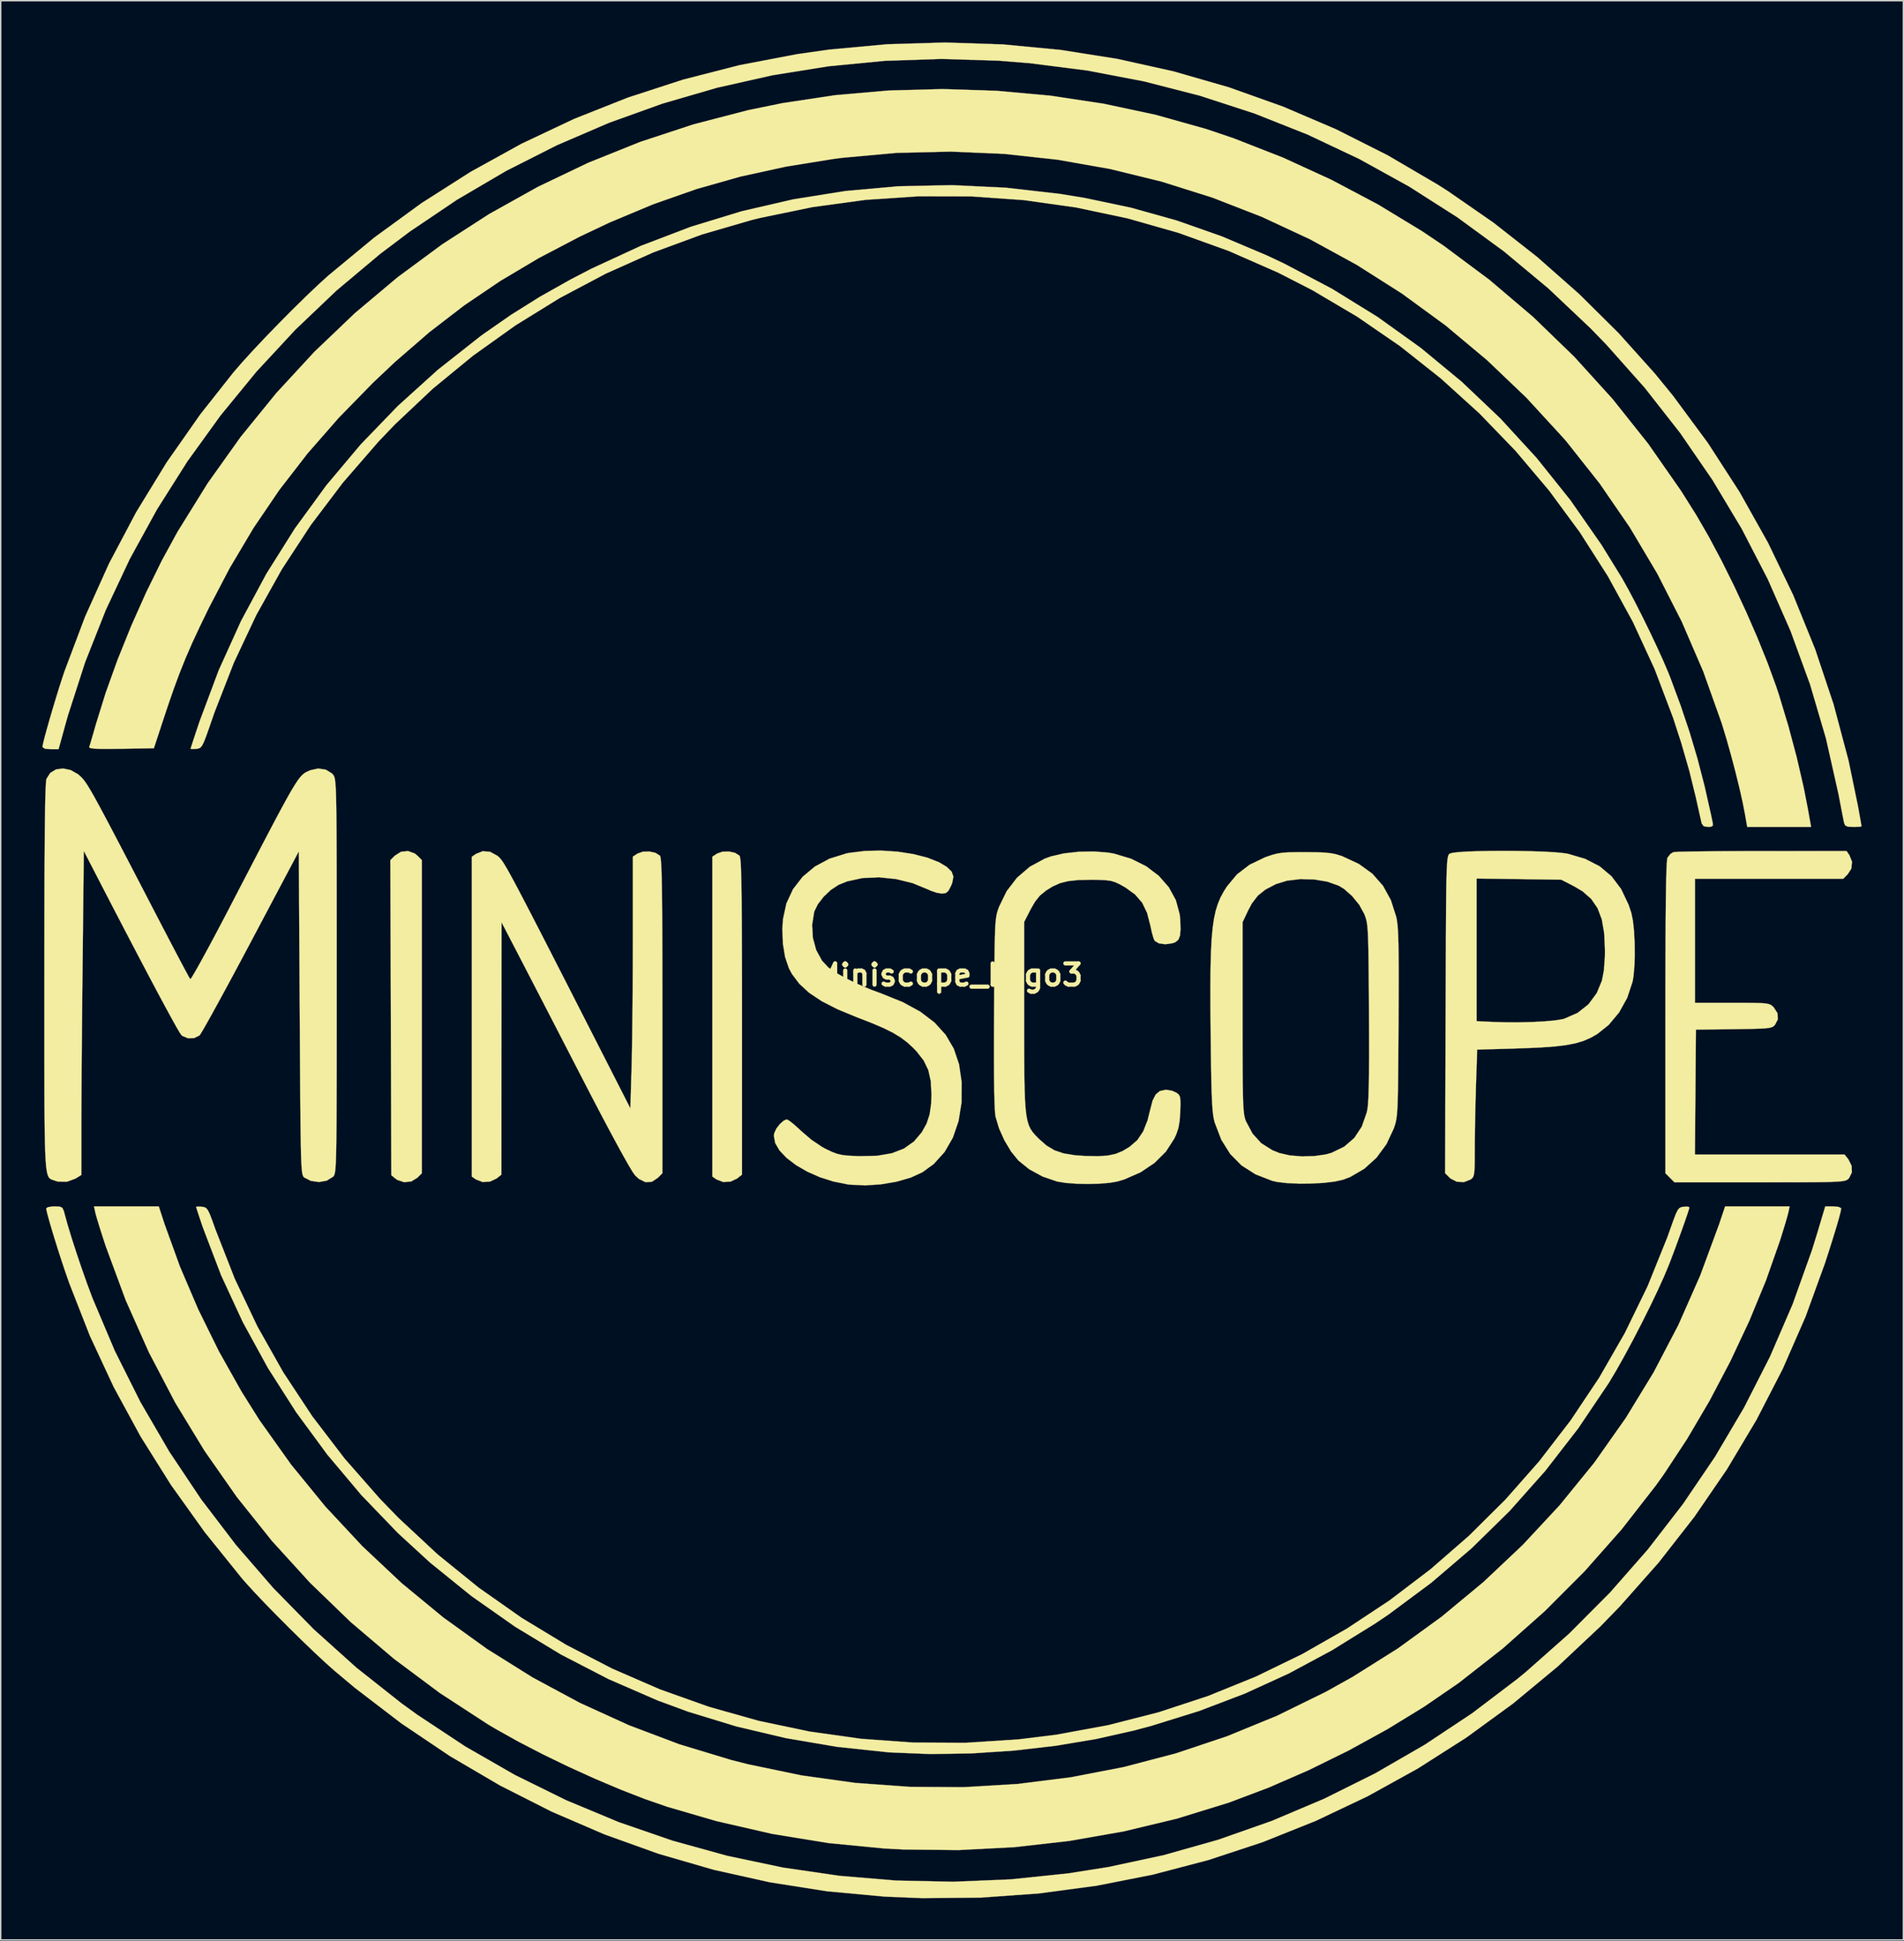
<source format=kicad_pcb>
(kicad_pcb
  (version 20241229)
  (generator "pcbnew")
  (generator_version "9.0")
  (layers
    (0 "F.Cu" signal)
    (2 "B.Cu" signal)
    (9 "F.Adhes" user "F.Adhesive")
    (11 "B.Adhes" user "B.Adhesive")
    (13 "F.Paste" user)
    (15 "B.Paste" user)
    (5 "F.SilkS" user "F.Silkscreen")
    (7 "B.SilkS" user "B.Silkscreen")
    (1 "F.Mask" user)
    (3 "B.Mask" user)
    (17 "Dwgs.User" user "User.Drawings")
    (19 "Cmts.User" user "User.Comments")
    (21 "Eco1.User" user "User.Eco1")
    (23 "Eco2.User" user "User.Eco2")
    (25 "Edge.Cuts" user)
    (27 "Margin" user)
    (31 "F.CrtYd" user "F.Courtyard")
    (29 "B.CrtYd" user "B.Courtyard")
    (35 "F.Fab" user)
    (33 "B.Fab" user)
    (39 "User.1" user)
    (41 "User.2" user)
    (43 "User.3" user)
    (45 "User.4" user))
  (footprint "Miniscope_Logo3"
    (layer "F.Cu")
    (at 65.167 67.003)
    (property "Reference" "Miniscope_Logo3" (at 0 0 0) (layer "F.SilkS") (effects (font (size 1.524 1.524) (thickness 0.3))))
    (attr through_hole)
    (fp_poly (pts (xy -38.408 -8.731) (xy -38.227 -8.584) (xy -37.901 -8.257) (xy -37.901 14.241) (xy -38.227 14.568) (xy -38.663 14.832) (xy -39.172 14.885) (xy -39.661 14.724) (xy -39.781 14.64) (xy -40.095 14.386) (xy -40.166 -8.253) (xy -39.837 -8.581) (xy -39.392 -8.858) (xy -38.888 -8.908) (xy -38.408 -8.731)) (stroke (width 0.01) (type solid)) (fill yes) (layer "F.SilkS"))
    (fp_poly (pts (xy -15.395 -8.78) (xy -15.085 -8.586) (xy -15.065 -8.561) (xy -15.034 -8.47) (xy -15.006 -8.277) (xy -14.982 -7.968) (xy -14.962 -7.529) (xy -14.945 -6.944) (xy -14.93 -6.2) (xy -14.919 -5.281) (xy -14.91 -4.173) (xy -14.903 -2.862) (xy -14.898 -1.332) (xy -14.895 0.431) (xy -14.894 2.441) (xy -14.894 3.008) (xy -14.894 14.343) (xy -15.245 14.619) (xy -15.721 14.845) (xy -16.249 14.871) (xy -16.724 14.689) (xy -16.726 14.687) (xy -17.022 14.48) (xy -17.022 -8.505) (xy -16.687 -8.725) (xy -16.304 -8.861) (xy -15.837 -8.876) (xy -15.395 -8.78)) (stroke (width 0.01) (type solid)) (fill yes) (layer "F.SilkS"))
    (fp_poly (pts (xy 64.689 -8.614) (xy 64.88 -8.133) (xy 64.826 -7.639) (xy 64.57 -7.242) (xy 64.244 -6.915) (xy 53.593 -6.915) (xy 53.593 1.995) (xy 56.258 1.995) (xy 57.163 1.996) (xy 57.841 2.001) (xy 58.33 2.014) (xy 58.668 2.041) (xy 58.894 2.084) (xy 59.048 2.149) (xy 59.166 2.239) (xy 59.251 2.321) (xy 59.523 2.745) (xy 59.543 3.192) (xy 59.344 3.576) (xy 59.253 3.67) (xy 59.132 3.742) (xy 58.946 3.794) (xy 58.657 3.83) (xy 58.228 3.854) (xy 57.623 3.871) (xy 56.805 3.884) (xy 56.385 3.89) (xy 53.659 3.923) (xy 53.589 12.899) (xy 64.345 12.899) (xy 64.621 13.25) (xy 64.85 13.711) (xy 64.865 14.186) (xy 64.664 14.593) (xy 64.63 14.628) (xy 64.56 14.691) (xy 64.47 14.742) (xy 64.335 14.785) (xy 64.134 14.818) (xy 63.841 14.844) (xy 63.433 14.863) (xy 62.887 14.877) (xy 62.179 14.886) (xy 61.285 14.891) (xy 60.182 14.893) (xy 58.846 14.894) (xy 58.241 14.894) (xy 52.118 14.894) (xy 51.465 14.241) (xy 51.465 3.071) (xy 51.466 0.875) (xy 51.47 -1.064) (xy 51.476 -2.755) (xy 51.486 -4.207) (xy 51.498 -5.429) (xy 51.513 -6.429) (xy 51.531 -7.218) (xy 51.552 -7.804) (xy 51.577 -8.195) (xy 51.606 -8.401) (xy 51.614 -8.427) (xy 51.828 -8.703) (xy 52.046 -8.83) (xy 52.234 -8.846) (xy 52.66 -8.861) (xy 53.296 -8.874) (xy 54.114 -8.886) (xy 55.086 -8.895) (xy 56.184 -8.902) (xy 57.38 -8.907) (xy 58.406 -8.908) (xy 64.482 -8.91) (xy 64.689 -8.614)) (stroke (width 0.01) (type solid)) (fill yes) (layer "F.SilkS"))
    (fp_poly (pts (xy -32.987 -8.85) (xy -32.464 -8.563) (xy -32.401 -8.51) (xy -32.325 -8.439) (xy -32.244 -8.349) (xy -32.15 -8.227) (xy -32.037 -8.061) (xy -31.899 -7.837) (xy -31.728 -7.543) (xy -31.518 -7.166) (xy -31.261 -6.692) (xy -30.951 -6.109) (xy -30.581 -5.403) (xy -30.144 -4.562) (xy -29.633 -3.573) (xy -29.042 -2.422) (xy -28.363 -1.097) (xy -27.59 0.415) (xy -26.716 2.128) (xy -25.733 4.054) (xy -24.832 5.82) (xy -22.916 9.579) (xy -22.828 6.563) (xy -22.809 5.764) (xy -22.791 4.745) (xy -22.776 3.555) (xy -22.762 2.242) (xy -22.752 0.851) (xy -22.744 -0.568) (xy -22.741 -1.969) (xy -22.74 -2.479) (xy -22.74 -8.505) (xy -22.405 -8.725) (xy -22.022 -8.861) (xy -21.555 -8.876) (xy -21.113 -8.78) (xy -20.804 -8.586) (xy -20.783 -8.561) (xy -20.752 -8.469) (xy -20.725 -8.277) (xy -20.701 -7.968) (xy -20.68 -7.528) (xy -20.663 -6.943) (xy -20.648 -6.198) (xy -20.637 -5.278) (xy -20.628 -4.169) (xy -20.621 -2.855) (xy -20.616 -1.324) (xy -20.614 0.441) (xy -20.613 2.454) (xy -20.613 2.957) (xy -20.613 14.241) (xy -20.939 14.568) (xy -21.375 14.857) (xy -21.834 14.883) (xy -22.306 14.647) (xy -22.577 14.396) (xy -22.742 14.164) (xy -23.016 13.71) (xy -23.39 13.052) (xy -23.856 12.205) (xy -24.405 11.187) (xy -25.027 10.013) (xy -25.713 8.701) (xy -26.293 7.58) (xy -26.965 6.277) (xy -27.643 4.963) (xy -28.309 3.672) (xy -28.946 2.44) (xy -29.534 1.301) (xy -30.057 0.291) (xy -30.496 -0.557) (xy -30.833 -1.207) (xy -30.862 -1.263) (xy -32.175 -3.79) (xy -32.179 5.276) (xy -32.182 14.343) (xy -32.533 14.619) (xy -33.009 14.845) (xy -33.537 14.871) (xy -34.012 14.689) (xy -34.014 14.687) (xy -34.31 14.48) (xy -34.31 -8.496) (xy -34.014 -8.703) (xy -33.521 -8.899) (xy -32.987 -8.85)) (stroke (width 0.01) (type solid)) (fill yes) (layer "F.SilkS"))
    (fp_poly (pts (xy 40.789 -8.917) (xy 41.724 -8.899) (xy 42.597 -8.871) (xy 43.368 -8.831) (xy 43.996 -8.779) (xy 44.439 -8.717) (xy 44.461 -8.713) (xy 45.698 -8.348) (xy 46.738 -7.814) (xy 47.594 -7.096) (xy 48.283 -6.181) (xy 48.819 -5.055) (xy 49.02 -4.455) (xy 49.132 -3.906) (xy 49.211 -3.169) (xy 49.256 -2.322) (xy 49.265 -1.442) (xy 49.237 -0.604) (xy 49.171 0.114) (xy 49.105 0.487) (xy 48.719 1.644) (xy 48.136 2.693) (xy 47.387 3.587) (xy 46.58 4.232) (xy 46.096 4.509) (xy 45.581 4.732) (xy 44.997 4.906) (xy 44.306 5.039) (xy 43.469 5.138) (xy 42.449 5.21) (xy 41.209 5.262) (xy 40.961 5.27) (xy 37.941 5.36) (xy 37.854 7.954) (xy 37.825 8.939) (xy 37.8 10.001) (xy 37.781 11.047) (xy 37.77 11.985) (xy 37.768 12.514) (xy 37.766 13.277) (xy 37.756 13.819) (xy 37.732 14.183) (xy 37.688 14.414) (xy 37.618 14.557) (xy 37.516 14.655) (xy 37.472 14.687) (xy 36.99 14.878) (xy 36.473 14.852) (xy 36.018 14.616) (xy 35.964 14.566) (xy 35.635 14.237) (xy 35.669 3.314) (xy 37.901 3.314) (xy 39.064 3.368) (xy 40.013 3.396) (xy 40.987 3.397) (xy 41.932 3.373) (xy 42.794 3.326) (xy 43.519 3.26) (xy 44.054 3.176) (xy 44.197 3.139) (xy 45.153 2.721) (xy 45.935 2.105) (xy 46.53 1.302) (xy 46.903 0.407) (xy 47.045 -0.319) (xy 47.114 -1.288) (xy 47.121 -1.795) (xy 47.068 -3.001) (xy 46.896 -3.994) (xy 46.59 -4.805) (xy 46.136 -5.467) (xy 45.516 -6.011) (xy 44.89 -6.383) (xy 43.979 -6.849) (xy 40.94 -6.891) (xy 37.901 -6.933) (xy 37.901 3.314) (xy 35.669 3.314) (xy 35.671 2.852) (xy 35.677 0.85) (xy 35.683 -0.903) (xy 35.69 -2.424) (xy 35.697 -3.729) (xy 35.705 -4.836) (xy 35.714 -5.762) (xy 35.725 -6.522) (xy 35.739 -7.135) (xy 35.756 -7.617) (xy 35.775 -7.984) (xy 35.798 -8.254) (xy 35.826 -8.444) (xy 35.857 -8.57) (xy 35.894 -8.649) (xy 35.936 -8.699) (xy 35.964 -8.721) (xy 36.184 -8.784) (xy 36.628 -8.834) (xy 37.255 -8.874) (xy 38.027 -8.901) (xy 38.9 -8.918) (xy 39.834 -8.923) (xy 40.789 -8.917)) (stroke (width 0.01) (type solid)) (fill yes) (layer "F.SilkS"))
    (fp_poly (pts (xy -56.382 17.92) (xy -55.283 20.954) (xy -53.974 24.016) (xy -52.488 27.032) (xy -50.86 29.929) (xy -49.57 31.98) (xy -47.3 35.17) (xy -44.832 38.191) (xy -42.179 41.034) (xy -39.351 43.692) (xy -36.361 46.156) (xy -33.22 48.417) (xy -29.94 50.468) (xy -26.534 52.299) (xy -23.011 53.904) (xy -19.386 55.272) (xy -15.668 56.397) (xy -14.465 56.703) (xy -10.616 57.504) (xy -6.743 58.044) (xy -2.858 58.325) (xy 1.025 58.35) (xy 4.893 58.121) (xy 8.733 57.639) (xy 12.532 56.906) (xy 16.277 55.924) (xy 19.955 54.695) (xy 23.552 53.221) (xy 27.055 51.504) (xy 28.991 50.425) (xy 32.25 48.376) (xy 35.388 46.099) (xy 38.384 43.615) (xy 41.215 40.943) (xy 43.858 38.104) (xy 46.291 35.116) (xy 46.405 34.966) (xy 48.623 31.818) (xy 50.617 28.551) (xy 52.396 25.148) (xy 53.967 21.591) (xy 55.322 17.92) (xy 55.757 16.623) (xy 60.396 16.623) (xy 60.302 17.055) (xy 60.226 17.347) (xy 60.087 17.827) (xy 59.904 18.428) (xy 59.698 19.086) (xy 59.689 19.114) (xy 58.693 21.944) (xy 57.498 24.842) (xy 56.134 27.746) (xy 54.635 30.594) (xy 53.03 33.323) (xy 51.353 35.871) (xy 50.774 36.681) (xy 48.323 39.825) (xy 45.654 42.843) (xy 42.797 45.704) (xy 39.783 48.38) (xy 36.643 50.838) (xy 36.548 50.907) (xy 34.111 52.579) (xy 31.472 54.194) (xy 28.691 55.721) (xy 25.831 57.127) (xy 22.955 58.38) (xy 20.123 59.448) (xy 20.081 59.463) (xy 16.358 60.611) (xy 12.525 61.53) (xy 8.614 62.215) (xy 4.655 62.663) (xy 0.68 62.869) (xy -3.28 62.829) (xy -4.654 62.757) (xy -8.687 62.365) (xy -12.716 61.708) (xy -16.738 60.786) (xy -20.28 59.753) (xy -21.878 59.199) (xy -23.631 58.517) (xy -25.476 57.736) (xy -27.353 56.884) (xy -29.201 55.99) (xy -30.957 55.081) (xy -32.561 54.186) (xy -33.147 53.838) (xy -36.612 51.582) (xy -39.904 49.128) (xy -43.015 46.486) (xy -45.938 43.662) (xy -48.667 40.665) (xy -51.197 37.502) (xy -53.519 34.183) (xy -55.629 30.715) (xy -57.518 27.106) (xy -59.182 23.365) (xy -60.613 19.499) (xy -60.685 19.283) (xy -60.908 18.596) (xy -61.107 17.965) (xy -61.263 17.449) (xy -61.357 17.109) (xy -61.369 17.055) (xy -61.46 16.623) (xy -56.806 16.623) (xy -56.382 17.92)) (stroke (width 0.01) (type solid)) (fill yes) (layer "F.SilkS"))
    (fp_poly (pts (xy -53.73 16.646) (xy -53.71 16.648) (xy -53.535 16.676) (xy -53.398 16.747) (xy -53.274 16.903) (xy -53.137 17.186) (xy -52.963 17.637) (xy -52.732 18.285) (xy -51.344 21.827) (xy -49.72 25.246) (xy -47.862 28.54) (xy -45.772 31.706) (xy -43.451 34.741) (xy -40.901 37.643) (xy -39.555 39.029) (xy -36.761 41.629) (xy -33.817 44.014) (xy -30.735 46.18) (xy -27.528 48.123) (xy -24.208 49.839) (xy -20.786 51.324) (xy -17.276 52.574) (xy -13.688 53.585) (xy -10.035 54.353) (xy -6.329 54.874) (xy -2.583 55.144) (xy 1.192 55.159) (xy 4.983 54.915) (xy 7.681 54.582) (xy 11.402 53.899) (xy 15.04 52.97) (xy 18.587 51.804) (xy 22.031 50.408) (xy 25.362 48.791) (xy 28.569 46.962) (xy 31.643 44.93) (xy 34.574 42.702) (xy 37.35 40.288) (xy 39.961 37.696) (xy 42.397 34.934) (xy 44.648 32.011) (xy 46.704 28.935) (xy 48.553 25.716) (xy 50.186 22.36) (xy 51.592 18.878) (xy 51.804 18.285) (xy 52.038 17.627) (xy 52.21 17.179) (xy 52.345 16.899) (xy 52.469 16.745) (xy 52.607 16.675) (xy 52.779 16.648) (xy 53.065 16.641) (xy 53.193 16.683) (xy 53.194 16.687) (xy 53.15 16.857) (xy 53.028 17.231) (xy 52.846 17.759) (xy 52.62 18.397) (xy 52.366 19.096) (xy 52.102 19.812) (xy 51.843 20.496) (xy 51.731 20.786) (xy 51.375 21.642) (xy 50.91 22.668) (xy 50.362 23.811) (xy 49.762 25.013) (xy 49.137 26.22) (xy 48.516 27.375) (xy 47.926 28.422) (xy 47.398 29.307) (xy 47.376 29.341) (xy 45.199 32.573) (xy 42.828 35.631) (xy 40.271 38.506) (xy 37.535 41.189) (xy 34.629 43.673) (xy 31.561 45.95) (xy 30.586 46.607) (xy 27.503 48.515) (xy 24.402 50.181) (xy 21.237 51.628) (xy 17.962 52.875) (xy 14.531 53.942) (xy 13.31 54.27) (xy 10.554 54.891) (xy 7.637 55.378) (xy 4.629 55.725) (xy 1.602 55.924) (xy -1.372 55.97) (xy -4.222 55.856) (xy -4.388 55.844) (xy -8.082 55.45) (xy -11.731 54.828) (xy -15.299 53.986) (xy -18.751 52.931) (xy -20.947 52.123) (xy -24.485 50.586) (xy -27.906 48.818) (xy -31.193 46.827) (xy -34.332 44.623) (xy -37.307 42.217) (xy -39.614 40.1) (xy -42.249 37.363) (xy -44.692 34.46) (xy -46.934 31.411) (xy -48.962 28.234) (xy -50.764 24.945) (xy -52.33 21.564) (xy -53.648 18.107) (xy -53.676 18.026) (xy -53.861 17.477) (xy -54.008 17.03) (xy -54.102 16.738) (xy -54.125 16.655) (xy -54.009 16.633) (xy -53.73 16.646)) (stroke (width 0.01) (type solid)) (fill yes) (layer "F.SilkS"))
    (fp_poly (pts (xy 4.07 -56.568) (xy 7.962 -56.122) (xy 9.708 -55.837) (xy 13.059 -55.131) (xy 16.336 -54.215) (xy 19.582 -53.074) (xy 22.839 -51.696) (xy 24.07 -51.115) (xy 27.5 -49.309) (xy 30.773 -47.289) (xy 33.885 -45.058) (xy 36.832 -42.622) (xy 39.609 -39.984) (xy 42.212 -37.148) (xy 44.636 -34.119) (xy 46.878 -30.899) (xy 48.342 -28.525) (xy 48.78 -27.744) (xy 49.281 -26.796) (xy 49.815 -25.744) (xy 50.351 -24.649) (xy 50.86 -23.573) (xy 51.312 -22.577) (xy 51.677 -21.724) (xy 51.803 -21.408) (xy 52.56 -19.365) (xy 53.206 -17.443) (xy 53.769 -15.551) (xy 54.275 -13.598) (xy 54.75 -11.492) (xy 54.866 -10.938) (xy 54.872 -10.727) (xy 54.721 -10.648) (xy 54.529 -10.639) (xy 54.217 -10.692) (xy 54.075 -10.888) (xy 54.063 -10.938) (xy 54.008 -11.184) (xy 53.909 -11.624) (xy 53.781 -12.195) (xy 53.653 -12.766) (xy 53.182 -14.682) (xy 52.606 -16.676) (xy 52.018 -18.485) (xy 50.692 -21.981) (xy 49.127 -25.374) (xy 47.335 -28.65) (xy 45.325 -31.798) (xy 43.11 -34.804) (xy 40.699 -37.658) (xy 38.103 -40.347) (xy 35.334 -42.858) (xy 32.402 -45.18) (xy 29.318 -47.3) (xy 26.093 -49.205) (xy 23.637 -50.463) (xy 20.092 -52.02) (xy 16.481 -53.32) (xy 12.814 -54.364) (xy 9.101 -55.149) (xy 5.351 -55.676) (xy 1.574 -55.942) (xy -2.221 -55.948) (xy -6.023 -55.692) (xy -9.825 -55.173) (xy -13.615 -54.39) (xy -14.197 -54.246) (xy -17.764 -53.208) (xy -21.264 -51.92) (xy -24.681 -50.393) (xy -27.993 -48.639) (xy -31.183 -46.668) (xy -34.23 -44.493) (xy -37.117 -42.123) (xy -39.824 -39.572) (xy -41.042 -38.299) (xy -43.589 -35.36) (xy -45.895 -32.312) (xy -47.964 -29.148) (xy -49.802 -25.859) (xy -51.412 -22.438) (xy -52.8 -18.876) (xy -52.937 -18.485) (xy -53.21 -17.695) (xy -53.415 -17.12) (xy -53.572 -16.727) (xy -53.698 -16.479) (xy -53.812 -16.341) (xy -53.933 -16.277) (xy -54.079 -16.252) (xy -54.107 -16.249) (xy -54.394 -16.233) (xy -54.523 -16.252) (xy -54.524 -16.254) (xy -54.483 -16.389) (xy -54.372 -16.732) (xy -54.205 -17.238) (xy -53.997 -17.862) (xy -53.875 -18.224) (xy -52.499 -21.899) (xy -50.895 -25.438) (xy -49.069 -28.836) (xy -47.024 -32.086) (xy -44.766 -35.182) (xy -42.298 -38.117) (xy -39.626 -40.886) (xy -36.753 -43.483) (xy -33.685 -45.901) (xy -33.485 -46.047) (xy -31.475 -47.444) (xy -29.405 -48.739) (xy -27.2 -49.979) (xy -25.703 -50.755) (xy -22.174 -52.385) (xy -18.577 -53.758) (xy -14.919 -54.875) (xy -11.206 -55.733) (xy -7.443 -56.333) (xy -3.639 -56.672) (xy 0.201 -56.751) (xy 4.07 -56.568)) (stroke (width 0.01) (type solid)) (fill yes) (layer "F.SilkS"))
    (fp_poly (pts (xy -3.717 -8.865) (xy -2.595 -8.693) (xy -1.577 -8.435) (xy -0.72 -8.097) (xy -0.183 -7.773) (xy 0.171 -7.431) (xy 0.299 -7.07) (xy 0.216 -6.622) (xy 0.124 -6.396) (xy -0.059 -6.049) (xy -0.247 -5.89) (xy -0.521 -5.851) (xy -0.531 -5.851) (xy -0.907 -5.913) (xy -1.353 -6.067) (xy -1.495 -6.134) (xy -2.633 -6.602) (xy -3.841 -6.899) (xy -5.063 -7.021) (xy -6.243 -6.967) (xy -7.326 -6.732) (xy -7.963 -6.476) (xy -8.506 -6.118) (xy -9.024 -5.628) (xy -9.445 -5.084) (xy -9.698 -4.565) (xy -9.706 -4.538) (xy -9.854 -3.604) (xy -9.801 -2.671) (xy -9.562 -1.797) (xy -9.15 -1.04) (xy -8.694 -0.548) (xy -8.173 -0.182) (xy -7.452 0.224) (xy -6.587 0.642) (xy -5.634 1.045) (xy -4.854 1.336) (xy -3.346 1.944) (xy -2.084 2.631) (xy -1.059 3.41) (xy -0.26 4.292) (xy 0.325 5.289) (xy 0.704 6.412) (xy 0.889 7.672) (xy 0.892 7.713) (xy 0.883 9.162) (xy 0.67 10.491) (xy 0.261 11.682) (xy -0.336 12.717) (xy -1.114 13.578) (xy -1.932 14.172) (xy -2.77 14.555) (xy -3.786 14.848) (xy -4.904 15.038) (xy -6.049 15.113) (xy -7.143 15.061) (xy -7.318 15.039) (xy -8.334 14.834) (xy -9.308 14.522) (xy -10.211 14.122) (xy -11.012 13.657) (xy -11.681 13.147) (xy -12.19 12.613) (xy -12.508 12.075) (xy -12.605 11.555) (xy -12.577 11.361) (xy -12.423 11.029) (xy -12.166 10.698) (xy -11.882 10.452) (xy -11.675 10.373) (xy -11.508 10.46) (xy -11.206 10.694) (xy -10.823 11.033) (xy -10.627 11.218) (xy -9.903 11.836) (xy -9.14 12.35) (xy -8.836 12.514) (xy -8.405 12.717) (xy -8.043 12.85) (xy -7.67 12.933) (xy -7.204 12.98) (xy -6.567 13.009) (xy -6.435 13.013) (xy -5.177 12.984) (xy -4.122 12.804) (xy -3.249 12.465) (xy -2.536 11.959) (xy -1.977 11.3) (xy -1.627 10.676) (xy -1.408 10.009) (xy -1.299 9.221) (xy -1.278 8.577) (xy -1.328 7.616) (xy -1.504 6.829) (xy -1.836 6.141) (xy -2.352 5.481) (xy -2.581 5.243) (xy -3.018 4.841) (xy -3.488 4.486) (xy -4.035 4.154) (xy -4.702 3.821) (xy -5.534 3.464) (xy -6.574 3.058) (xy -6.649 3.03) (xy -8.026 2.462) (xy -9.159 1.883) (xy -10.07 1.275) (xy -10.779 0.624) (xy -11.31 -0.085) (xy -11.527 -0.494) (xy -11.797 -1.295) (xy -11.956 -2.262) (xy -11.994 -3.316) (xy -11.948 -4.016) (xy -11.701 -5.151) (xy -11.224 -6.172) (xy -10.536 -7.06) (xy -9.657 -7.795) (xy -8.605 -8.36) (xy -7.399 -8.735) (xy -7.174 -8.779) (xy -6.062 -8.916) (xy -4.891 -8.942) (xy -3.717 -8.865)) (stroke (width 0.01) (type solid)) (fill yes) (layer "F.SilkS"))
    (fp_poly (pts (xy 3.411 -63.53) (xy 7.278 -63.179) (xy 11.095 -62.602) (xy 14.832 -61.804) (xy 18.46 -60.786) (xy 20.413 -60.127) (xy 23.98 -58.732) (xy 27.46 -57.137) (xy 30.812 -55.363) (xy 33.992 -53.434) (xy 35.521 -52.405) (xy 38.832 -49.939) (xy 41.964 -47.277) (xy 44.91 -44.426) (xy 47.667 -41.389) (xy 50.23 -38.171) (xy 52.596 -34.778) (xy 53.705 -33.014) (xy 54.586 -31.488) (xy 55.493 -29.785) (xy 56.397 -27.967) (xy 57.269 -26.094) (xy 58.082 -24.228) (xy 58.807 -22.431) (xy 59.416 -20.764) (xy 59.621 -20.147) (xy 60.3 -17.901) (xy 60.901 -15.649) (xy 61.404 -13.476) (xy 61.691 -12.009) (xy 61.937 -10.639) (xy 57.344 -10.639) (xy 57.189 -11.536) (xy 57.02 -12.404) (xy 56.783 -13.454) (xy 56.497 -14.613) (xy 56.18 -15.812) (xy 55.851 -16.98) (xy 55.526 -18.047) (xy 55.502 -18.122) (xy 54.187 -21.807) (xy 52.643 -25.388) (xy 50.88 -28.846) (xy 48.909 -32.163) (xy 46.739 -35.32) (xy 44.382 -38.299) (xy 44.154 -38.565) (xy 41.48 -41.475) (xy 38.646 -44.179) (xy 35.663 -46.674) (xy 32.542 -48.955) (xy 29.294 -51.018) (xy 25.93 -52.859) (xy 22.463 -54.473) (xy 18.902 -55.857) (xy 15.26 -57.005) (xy 11.548 -57.914) (xy 7.776 -58.579) (xy 3.956 -58.996) (xy 0.099 -59.161) (xy -3.783 -59.069) (xy -7.679 -58.716) (xy -8.312 -58.634) (xy -11.734 -58.081) (xy -14.997 -57.367) (xy -18.156 -56.472) (xy -21.269 -55.38) (xy -24.392 -54.074) (xy -26.53 -53.064) (xy -29.496 -51.512) (xy -32.254 -49.873) (xy -34.858 -48.111) (xy -37.36 -46.187) (xy -39.813 -44.064) (xy -41.411 -42.556) (xy -43.879 -40.03) (xy -46.112 -37.477) (xy -48.141 -34.855) (xy -49.998 -32.121) (xy -51.714 -29.233) (xy -53.197 -26.397) (xy -53.847 -25.058) (xy -54.396 -23.879) (xy -54.872 -22.787) (xy -55.304 -21.711) (xy -55.724 -20.579) (xy -56.159 -19.32) (xy -56.393 -18.618) (xy -57.159 -16.291) (xy -59.514 -16.254) (xy -60.385 -16.244) (xy -61.02 -16.247) (xy -61.448 -16.264) (xy -61.699 -16.297) (xy -61.801 -16.348) (xy -61.804 -16.387) (xy -61.743 -16.577) (xy -61.628 -16.965) (xy -61.475 -17.491) (xy -61.324 -18.02) (xy -60.62 -20.282) (xy -59.764 -22.662) (xy -58.786 -25.086) (xy -57.718 -27.479) (xy -56.592 -29.768) (xy -55.459 -31.844) (xy -53.29 -35.337) (xy -50.922 -38.661) (xy -48.364 -41.808) (xy -45.626 -44.774) (xy -42.718 -47.55) (xy -39.648 -50.13) (xy -36.427 -52.507) (xy -33.063 -54.676) (xy -29.566 -56.628) (xy -25.947 -58.357) (xy -22.213 -59.857) (xy -18.375 -61.12) (xy -14.443 -62.141) (xy -11.97 -62.647) (xy -8.196 -63.216) (xy -4.355 -63.551) (xy -0.477 -63.655) (xy 3.411 -63.53)) (stroke (width 0.01) (type solid)) (fill yes) (layer "F.SilkS"))
    (fp_poly (pts (xy 63.899 16.655) (xy 64.087 16.741) (xy 64.098 16.775) (xy 64.056 17.014) (xy 63.935 17.479) (xy 63.742 18.145) (xy 63.484 18.986) (xy 63.17 19.977) (xy 62.942 20.679) (xy 61.541 24.538) (xy 59.894 28.303) (xy 58.007 31.964) (xy 55.889 35.51) (xy 53.545 38.929) (xy 50.982 42.211) (xy 48.208 45.343) (xy 46.797 46.797) (xy 43.729 49.679) (xy 40.512 52.345) (xy 37.154 54.791) (xy 33.667 57.013) (xy 30.059 59.008) (xy 26.341 60.771) (xy 22.523 62.299) (xy 18.614 63.588) (xy 14.624 64.635) (xy 10.564 65.436) (xy 6.442 65.986) (xy 2.27 66.283) (xy -1.943 66.323) (xy -4.654 66.212) (xy -8.793 65.828) (xy -12.884 65.185) (xy -16.919 64.287) (xy -20.887 63.137) (xy -24.778 61.741) (xy -28.582 60.103) (xy -32.289 58.225) (xy -35.888 56.114) (xy -39.37 53.772) (xy -42.725 51.204) (xy -44.151 50.009) (xy -44.83 49.405) (xy -45.631 48.659) (xy -46.511 47.815) (xy -47.428 46.915) (xy -48.338 46.002) (xy -49.198 45.119) (xy -49.966 44.309) (xy -50.598 43.615) (xy -50.826 43.353) (xy -53.504 40.027) (xy -55.929 36.634) (xy -58.108 33.162) (xy -60.047 29.598) (xy -61.754 25.932) (xy -63.236 22.151) (xy -63.517 21.346) (xy -63.777 20.571) (xy -64.039 19.763) (xy -64.288 18.969) (xy -64.511 18.232) (xy -64.695 17.598) (xy -64.827 17.111) (xy -64.892 16.817) (xy -64.896 16.769) (xy -64.776 16.678) (xy -64.46 16.628) (xy -64.303 16.623) (xy -63.934 16.636) (xy -63.74 16.721) (xy -63.63 16.949) (xy -63.566 17.188) (xy -63.356 17.951) (xy -63.069 18.893) (xy -62.728 19.949) (xy -62.356 21.051) (xy -61.974 22.133) (xy -61.604 23.127) (xy -61.574 23.206) (xy -59.968 27.001) (xy -58.124 30.684) (xy -56.053 34.243) (xy -53.764 37.666) (xy -51.265 40.941) (xy -48.566 44.057) (xy -45.676 47.001) (xy -42.606 49.761) (xy -39.363 52.325) (xy -38.233 53.143) (xy -34.779 55.426) (xy -31.206 57.476) (xy -27.525 59.289) (xy -23.747 60.863) (xy -19.884 62.195) (xy -15.949 63.283) (xy -11.951 64.125) (xy -7.904 64.717) (xy -3.818 65.058) (xy 0.294 65.144) (xy 4.421 64.973) (xy 8.552 64.543) (xy 11.437 64.087) (xy 15.407 63.235) (xy 19.327 62.128) (xy 23.181 60.773) (xy 26.95 59.178) (xy 30.618 57.353) (xy 34.166 55.304) (xy 37.577 53.04) (xy 40.834 50.569) (xy 41.448 50.064) (xy 44.558 47.31) (xy 47.479 44.376) (xy 50.203 41.274) (xy 52.723 38.016) (xy 55.032 34.614) (xy 57.12 31.078) (xy 58.982 27.421) (xy 60.609 23.654) (xy 61.993 19.788) (xy 62.404 18.463) (xy 62.953 16.623) (xy 63.526 16.623) (xy 63.899 16.655)) (stroke (width 0.01) (type solid)) (fill yes) (layer "F.SilkS"))
    (fp_poly (pts (xy 3.865 -66.862) (xy 7.991 -66.469) (xy 12.078 -65.823) (xy 16.116 -64.926) (xy 20.09 -63.782) (xy 23.988 -62.394) (xy 27.797 -60.765) (xy 31.505 -58.897) (xy 35.098 -56.793) (xy 35.858 -56.308) (xy 39.104 -54.06) (xy 42.246 -51.595) (xy 45.251 -48.944) (xy 48.087 -46.136) (xy 50.719 -43.203) (xy 52.007 -41.624) (xy 54.514 -38.233) (xy 56.793 -34.706) (xy 58.841 -31.055) (xy 60.654 -27.288) (xy 62.226 -23.415) (xy 63.553 -19.446) (xy 64.632 -15.392) (xy 65.297 -12.176) (xy 65.403 -11.589) (xy 65.489 -11.107) (xy 65.544 -10.786) (xy 65.561 -10.68) (xy 65.442 -10.655) (xy 65.142 -10.641) (xy 64.965 -10.639) (xy 64.586 -10.658) (xy 64.393 -10.74) (xy 64.31 -10.921) (xy 64.306 -10.938) (xy 64.258 -11.176) (xy 64.171 -11.616) (xy 64.058 -12.202) (xy 63.929 -12.874) (xy 63.898 -13.032) (xy 63.005 -16.999) (xy 61.857 -20.896) (xy 60.463 -24.712) (xy 58.826 -28.436) (xy 56.953 -32.058) (xy 54.851 -35.566) (xy 52.525 -38.948) (xy 49.98 -42.194) (xy 47.224 -45.293) (xy 46.093 -46.46) (xy 43.048 -49.338) (xy 39.854 -51.998) (xy 36.518 -54.437) (xy 33.05 -56.65) (xy 29.458 -58.634) (xy 25.749 -60.386) (xy 21.932 -61.9) (xy 18.017 -63.174) (xy 14.01 -64.204) (xy 9.92 -64.986) (xy 5.757 -65.516) (xy 3.526 -65.693) (xy -0.556 -65.818) (xy -4.633 -65.682) (xy -8.69 -65.289) (xy -12.714 -64.643) (xy -16.691 -63.748) (xy -20.606 -62.61) (xy -24.447 -61.231) (xy -28.198 -59.618) (xy -31.846 -57.773) (xy -35.377 -55.701) (xy -38.777 -53.408) (xy -40.893 -51.814) (xy -44.033 -49.18) (xy -46.998 -46.358) (xy -49.779 -43.361) (xy -52.368 -40.203) (xy -54.754 -36.899) (xy -56.93 -33.46) (xy -58.885 -29.902) (xy -60.61 -26.238) (xy -62.097 -22.481) (xy -63.336 -18.645) (xy -63.514 -18.014) (xy -64.007 -16.224) (xy -64.585 -16.224) (xy -64.988 -16.258) (xy -65.155 -16.364) (xy -65.162 -16.405) (xy -65.124 -16.625) (xy -65.019 -17.053) (xy -64.859 -17.642) (xy -64.659 -18.347) (xy -64.432 -19.122) (xy -64.191 -19.921) (xy -63.95 -20.699) (xy -63.721 -21.408) (xy -63.587 -21.809) (xy -62.101 -25.748) (xy -60.384 -29.56) (xy -58.432 -33.252) (xy -56.242 -36.829) (xy -53.811 -40.297) (xy -51.449 -43.286) (xy -50.811 -44.023) (xy -50.02 -44.891) (xy -49.122 -45.844) (xy -48.16 -46.837) (xy -47.181 -47.824) (xy -46.228 -48.759) (xy -45.348 -49.595) (xy -44.616 -50.26) (xy -41.333 -52.976) (xy -37.921 -55.461) (xy -34.385 -57.713) (xy -30.732 -59.729) (xy -26.968 -61.506) (xy -23.1 -63.04) (xy -19.133 -64.33) (xy -15.075 -65.372) (xy -10.931 -66.163) (xy -8.609 -66.492) (xy -4.447 -66.876) (xy -0.285 -66.998) (xy 3.865 -66.862)) (stroke (width 0.01) (type solid)) (fill yes) (layer "F.SilkS"))
    (fp_poly (pts (xy 11.437 -8.794) (xy 11.836 -8.725) (xy 13.068 -8.356) (xy 14.149 -7.818) (xy 15.059 -7.128) (xy 15.778 -6.308) (xy 16.286 -5.377) (xy 16.562 -4.354) (xy 16.602 -3.961) (xy 16.623 -3.289) (xy 16.583 -2.831) (xy 16.468 -2.539) (xy 16.261 -2.364) (xy 16.04 -2.282) (xy 15.525 -2.211) (xy 15.07 -2.272) (xy 14.766 -2.454) (xy 14.675 -2.661) (xy 14.564 -3.048) (xy 14.457 -3.532) (xy 14.454 -3.55) (xy 14.216 -4.47) (xy 13.865 -5.195) (xy 13.356 -5.785) (xy 12.646 -6.298) (xy 12.235 -6.528) (xy 11.928 -6.67) (xy 11.619 -6.763) (xy 11.236 -6.815) (xy 10.71 -6.839) (xy 10.173 -6.845) (xy 9.264 -6.825) (xy 8.55 -6.749) (xy 7.96 -6.6) (xy 7.428 -6.362) (xy 6.96 -6.071) (xy 6.519 -5.711) (xy 6.161 -5.264) (xy 5.851 -4.724) (xy 5.386 -3.817) (xy 5.386 2.979) (xy 5.386 4.606) (xy 5.389 5.99) (xy 5.398 7.154) (xy 5.415 8.12) (xy 5.442 8.912) (xy 5.484 9.553) (xy 5.542 10.065) (xy 5.619 10.471) (xy 5.719 10.795) (xy 5.843 11.058) (xy 5.995 11.285) (xy 6.177 11.498) (xy 6.393 11.719) (xy 6.45 11.776) (xy 6.992 12.252) (xy 7.556 12.59) (xy 8.205 12.812) (xy 9.003 12.944) (xy 9.774 12.998) (xy 10.672 13.016) (xy 11.375 12.972) (xy 11.95 12.852) (xy 12.462 12.642) (xy 12.974 12.332) (xy 13.517 11.858) (xy 13.934 11.243) (xy 14.25 10.444) (xy 14.436 9.697) (xy 14.612 9.024) (xy 14.836 8.581) (xy 15.135 8.334) (xy 15.537 8.246) (xy 15.611 8.245) (xy 16.019 8.315) (xy 16.34 8.461) (xy 16.489 8.584) (xy 16.577 8.739) (xy 16.615 8.988) (xy 16.617 9.394) (xy 16.602 9.824) (xy 16.558 10.486) (xy 16.469 10.991) (xy 16.314 11.447) (xy 16.178 11.743) (xy 15.572 12.682) (xy 14.751 13.501) (xy 13.745 14.176) (xy 12.586 14.683) (xy 12.096 14.831) (xy 11.536 14.929) (xy 10.799 14.989) (xy 9.969 15.011) (xy 9.132 14.994) (xy 8.372 14.937) (xy 7.776 14.842) (xy 7.759 14.838) (xy 6.71 14.48) (xy 5.742 13.952) (xy 4.969 13.326) (xy 4.45 12.689) (xy 3.969 11.886) (xy 3.577 11.015) (xy 3.325 10.174) (xy 3.325 10.174) (xy 3.286 9.837) (xy 3.256 9.236) (xy 3.233 8.372) (xy 3.219 7.245) (xy 3.213 5.852) (xy 3.215 4.195) (xy 3.222 2.711) (xy 3.232 1.196) (xy 3.241 -0.078) (xy 3.251 -1.134) (xy 3.263 -1.996) (xy 3.278 -2.69) (xy 3.296 -3.238) (xy 3.32 -3.666) (xy 3.351 -3.998) (xy 3.388 -4.257) (xy 3.434 -4.469) (xy 3.49 -4.656) (xy 3.557 -4.844) (xy 3.574 -4.891) (xy 4.127 -6.026) (xy 4.874 -6.997) (xy 5.793 -7.783) (xy 6.86 -8.361) (xy 7.314 -8.526) (xy 8.238 -8.739) (xy 9.305 -8.858) (xy 10.407 -8.878) (xy 11.437 -8.794)) (stroke (width 0.01) (type solid)) (fill yes) (layer "F.SilkS"))
    (fp_poly (pts (xy 26.397 -8.822) (xy 26.992 -8.797) (xy 27.448 -8.749) (xy 27.828 -8.67) (xy 28.195 -8.554) (xy 28.249 -8.534) (xy 29.434 -7.984) (xy 30.404 -7.283) (xy 31.169 -6.417) (xy 31.741 -5.375) (xy 32.123 -4.178) (xy 32.17 -3.94) (xy 32.209 -3.651) (xy 32.24 -3.286) (xy 32.264 -2.824) (xy 32.282 -2.239) (xy 32.293 -1.508) (xy 32.299 -0.607) (xy 32.3 0.487) (xy 32.296 1.798) (xy 32.288 3.351) (xy 32.288 3.436) (xy 32.279 4.948) (xy 32.27 6.219) (xy 32.26 7.272) (xy 32.249 8.133) (xy 32.234 8.825) (xy 32.216 9.373) (xy 32.192 9.801) (xy 32.161 10.135) (xy 32.123 10.397) (xy 32.077 10.614) (xy 32.02 10.808) (xy 31.953 11.004) (xy 31.941 11.038) (xy 31.416 12.157) (xy 30.702 13.127) (xy 29.827 13.92) (xy 28.822 14.506) (xy 28.291 14.708) (xy 27.696 14.84) (xy 26.922 14.932) (xy 26.046 14.982) (xy 25.145 14.989) (xy 24.298 14.952) (xy 23.581 14.87) (xy 23.206 14.786) (xy 22.006 14.318) (xy 21.004 13.678) (xy 20.191 12.855) (xy 19.554 11.839) (xy 19.084 10.618) (xy 19.062 10.541) (xy 19.007 10.31) (xy 18.96 10.023) (xy 18.921 9.653) (xy 18.889 9.174) (xy 18.862 8.561) (xy 18.839 7.787) (xy 18.82 6.828) (xy 18.802 5.657) (xy 18.786 4.249) (xy 18.784 4.096) (xy 18.769 2.325) (xy 18.767 0.797) (xy 18.778 -0.513) (xy 18.807 -1.629) (xy 18.856 -2.574) (xy 18.928 -3.371) (xy 18.988 -3.79) (xy 21.078 -3.79) (xy 21.078 3.059) (xy 21.079 4.595) (xy 21.081 5.889) (xy 21.085 6.963) (xy 21.093 7.841) (xy 21.105 8.546) (xy 21.121 9.101) (xy 21.143 9.53) (xy 21.17 9.855) (xy 21.205 10.1) (xy 21.248 10.289) (xy 21.298 10.444) (xy 21.32 10.498) (xy 21.797 11.395) (xy 22.42 12.081) (xy 23.219 12.585) (xy 23.715 12.786) (xy 24.455 12.957) (xy 25.333 13.03) (xy 26.242 13.006) (xy 27.073 12.886) (xy 27.467 12.776) (xy 28.385 12.33) (xy 29.111 11.702) (xy 29.648 10.89) (xy 29.998 9.888) (xy 30.051 9.641) (xy 30.092 9.303) (xy 30.125 8.756) (xy 30.149 7.992) (xy 30.164 6.999) (xy 30.172 5.77) (xy 30.171 4.294) (xy 30.163 2.593) (xy 30.153 1.14) (xy 30.143 -0.071) (xy 30.132 -1.068) (xy 30.119 -1.873) (xy 30.103 -2.513) (xy 30.082 -3.013) (xy 30.056 -3.397) (xy 30.022 -3.691) (xy 29.98 -3.92) (xy 29.928 -4.11) (xy 29.866 -4.284) (xy 29.823 -4.393) (xy 29.461 -5.05) (xy 28.946 -5.68) (xy 28.36 -6.195) (xy 27.993 -6.417) (xy 27.173 -6.708) (xy 26.221 -6.867) (xy 25.226 -6.892) (xy 24.279 -6.78) (xy 23.479 -6.535) (xy 22.732 -6.146) (xy 22.181 -5.708) (xy 21.754 -5.154) (xy 21.494 -4.669) (xy 21.078 -3.79) (xy 18.988 -3.79) (xy 19.025 -4.046) (xy 19.149 -4.621) (xy 19.305 -5.12) (xy 19.493 -5.567) (xy 19.718 -5.986) (xy 19.956 -6.363) (xy 20.68 -7.233) (xy 21.582 -7.924) (xy 22.683 -8.454) (xy 22.779 -8.489) (xy 23.195 -8.631) (xy 23.566 -8.728) (xy 23.96 -8.788) (xy 24.443 -8.819) (xy 25.082 -8.83) (xy 25.599 -8.831) (xy 26.397 -8.822)) (stroke (width 0.01) (type solid)) (fill yes) (layer "F.SilkS"))
    (fp_poly (pts (xy -63.133 -14.725) (xy -62.598 -14.42) (xy -62.371 -14.215) (xy -62.265 -14.099) (xy -62.153 -13.96) (xy -62.025 -13.781) (xy -61.874 -13.546) (xy -61.69 -13.239) (xy -61.464 -12.844) (xy -61.188 -12.343) (xy -60.853 -11.722) (xy -60.45 -10.964) (xy -59.97 -10.053) (xy -59.405 -8.972) (xy -58.745 -7.705) (xy -57.982 -6.237) (xy -57.107 -4.551) (xy -56.988 -4.322) (xy -56.462 -3.31) (xy -55.972 -2.371) (xy -55.532 -1.533) (xy -55.156 -0.821) (xy -54.857 -0.262) (xy -54.651 0.117) (xy -54.55 0.291) (xy -54.544 0.299) (xy -54.464 0.205) (xy -54.276 -0.101) (xy -53.992 -0.598) (xy -53.624 -1.262) (xy -53.186 -2.069) (xy -52.691 -2.997) (xy -52.15 -4.021) (xy -51.733 -4.821) (xy -50.84 -6.54) (xy -50.06 -8.04) (xy -49.386 -9.334) (xy -48.806 -10.441) (xy -48.313 -11.374) (xy -47.896 -12.149) (xy -47.547 -12.784) (xy -47.256 -13.292) (xy -47.014 -13.69) (xy -46.813 -13.994) (xy -46.641 -14.218) (xy -46.492 -14.38) (xy -46.354 -14.494) (xy -46.219 -14.577) (xy -46.078 -14.643) (xy -45.921 -14.709) (xy -45.906 -14.716) (xy -45.349 -14.838) (xy -44.807 -14.757) (xy -44.366 -14.49) (xy -44.281 -14.396) (xy -44.24 -14.338) (xy -44.202 -14.266) (xy -44.17 -14.165) (xy -44.141 -14.02) (xy -44.116 -13.816) (xy -44.095 -13.537) (xy -44.077 -13.168) (xy -44.062 -12.695) (xy -44.05 -12.1) (xy -44.04 -11.37) (xy -44.033 -10.489) (xy -44.027 -9.442) (xy -44.023 -8.214) (xy -44.02 -6.789) (xy -44.019 -5.153) (xy -44.018 -3.289) (xy -44.018 -1.182) (xy -44.018 0.084) (xy -44.018 2.33) (xy -44.018 4.325) (xy -44.019 6.085) (xy -44.021 7.624) (xy -44.025 8.957) (xy -44.029 10.101) (xy -44.036 11.069) (xy -44.044 11.878) (xy -44.055 12.542) (xy -44.068 13.076) (xy -44.084 13.497) (xy -44.104 13.818) (xy -44.126 14.055) (xy -44.153 14.223) (xy -44.183 14.338) (xy -44.218 14.414) (xy -44.257 14.467) (xy -44.28 14.492) (xy -44.736 14.774) (xy -45.298 14.874) (xy -45.879 14.789) (xy -46.345 14.552) (xy -46.391 14.512) (xy -46.432 14.455) (xy -46.468 14.365) (xy -46.499 14.224) (xy -46.526 14.017) (xy -46.549 13.726) (xy -46.568 13.335) (xy -46.586 12.827) (xy -46.6 12.185) (xy -46.613 11.392) (xy -46.625 10.433) (xy -46.635 9.289) (xy -46.646 7.945) (xy -46.656 6.384) (xy -46.667 4.589) (xy -46.677 2.734) (xy -46.744 -8.883) (xy -50.189 -2.382) (xy -50.838 -1.161) (xy -51.456 -0.007) (xy -52.031 1.058) (xy -52.551 2.013) (xy -53.003 2.834) (xy -53.375 3.499) (xy -53.654 3.987) (xy -53.83 4.274) (xy -53.881 4.342) (xy -54.261 4.529) (xy -54.71 4.541) (xy -55.107 4.379) (xy -55.184 4.311) (xy -55.31 4.125) (xy -55.55 3.715) (xy -55.898 3.09) (xy -56.348 2.264) (xy -56.893 1.248) (xy -57.527 0.054) (xy -58.243 -1.306) (xy -59.036 -2.821) (xy -59.9 -4.479) (xy -60.827 -6.268) (xy -60.938 -6.484) (xy -62.193 -8.911) (xy -62.281 -0.71) (xy -62.298 0.87) (xy -62.313 2.47) (xy -62.327 4.054) (xy -62.34 5.584) (xy -62.351 7.022) (xy -62.359 8.332) (xy -62.365 9.476) (xy -62.369 10.417) (xy -62.37 10.929) (xy -62.37 14.366) (xy -62.802 14.63) (xy -63.407 14.854) (xy -64.047 14.844) (xy -64.317 14.762) (xy -64.43 14.721) (xy -64.53 14.683) (xy -64.618 14.634) (xy -64.695 14.558) (xy -64.762 14.44) (xy -64.82 14.266) (xy -64.868 14.02) (xy -64.909 13.688) (xy -64.942 13.254) (xy -64.968 12.702) (xy -64.989 12.02) (xy -65.004 11.19) (xy -65.015 10.198) (xy -65.023 9.03) (xy -65.027 7.669) (xy -65.029 6.102) (xy -65.03 4.313) (xy -65.03 2.286) (xy -65.029 0.19) (xy -65.028 -2.252) (xy -65.025 -4.437) (xy -65.021 -6.374) (xy -65.013 -8.072) (xy -65.004 -9.539) (xy -64.992 -10.785) (xy -64.978 -11.819) (xy -64.962 -12.648) (xy -64.942 -13.283) (xy -64.921 -13.733) (xy -64.896 -14.005) (xy -64.878 -14.091) (xy -64.607 -14.522) (xy -64.19 -14.773) (xy -63.681 -14.841) (xy -63.133 -14.725)) (stroke (width 0.01) (type solid)) (fill yes) (layer "F.SilkS")))
  (gr_rect
    (start -3 -3)
    (end 133.734 136.331)
    (stroke (width 0.1) (type default))
    (fill no)
    (layer "Edge.Cuts")))
</source>
